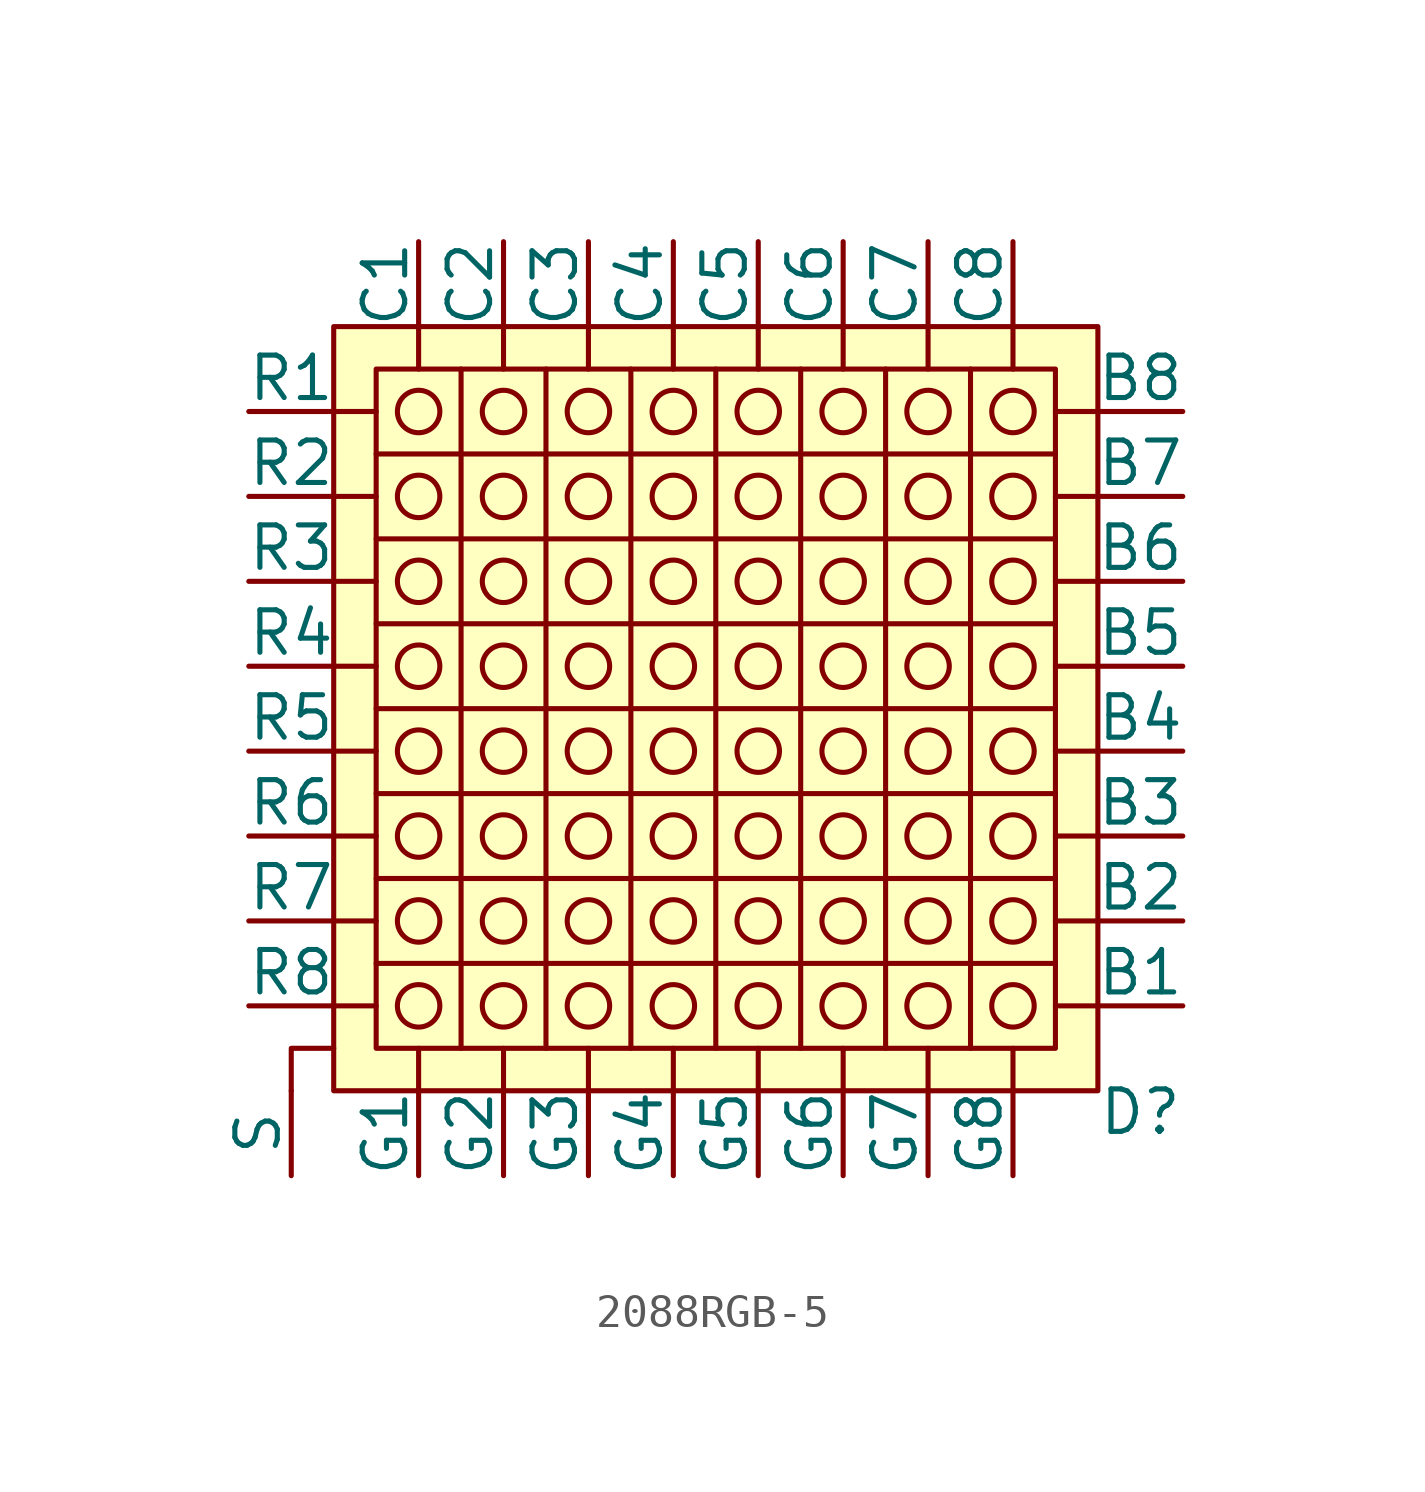
<source format=kicad_sym>
(kicad_symbol_lib
  (version 20220914)
  (generator kicad_symbol_editor)
  (symbol "2088RGB-5"
    (pin_numbers hide)
    (pin_names
      (offset 0))
    (property "Reference" "D"
      (at 12.7 -12.065 0)
      (effects (font (size 1.27 1.27))))
    (symbol "2088RGB-5_0_0"
      (pin input line (at 13.97 -8.89 180) (length 2.54) (name "B1" (effects (font (size 1.27 1.27)))) (number "1" (effects (font (size 1.27 1.27)))))
      (pin input line (at -13.97 6.35 0) (length 2.54) (name "R2" (effects (font (size 1.27 1.27)))) (number "10" (effects (font (size 1.27 1.27)))))
      (pin input line (at -13.97 3.81 0) (length 2.54) (name "R3" (effects (font (size 1.27 1.27)))) (number "11" (effects (font (size 1.27 1.27)))))
      (pin input line (at -13.97 1.27 0) (length 2.54) (name "R4" (effects (font (size 1.27 1.27)))) (number "12" (effects (font (size 1.27 1.27)))))
      (pin input line (at -13.97 -1.27 0) (length 2.54) (name "R5" (effects (font (size 1.27 1.27)))) (number "13" (effects (font (size 1.27 1.27)))))
      (pin input line (at -13.97 -3.81 0) (length 2.54) (name "R6" (effects (font (size 1.27 1.27)))) (number "14" (effects (font (size 1.27 1.27)))))
      (pin input line (at -13.97 -6.35 0) (length 2.54) (name "R7" (effects (font (size 1.27 1.27)))) (number "15" (effects (font (size 1.27 1.27)))))
      (pin input line (at -13.97 -8.89 0) (length 2.54) (name "R8" (effects (font (size 1.27 1.27)))) (number "16" (effects (font (size 1.27 1.27)))))
      (pin input line (at -8.89 13.97 270) (length 2.54) (name "C1" (effects (font (size 1.27 1.27)))) (number "17" (effects (font (size 1.27 1.27)))))
      (pin input line (at -6.35 13.97 270) (length 2.54) (name "C2" (effects (font (size 1.27 1.27)))) (number "18" (effects (font (size 1.27 1.27)))))
      (pin input line (at -3.81 13.97 270) (length 2.54) (name "C3" (effects (font (size 1.27 1.27)))) (number "19" (effects (font (size 1.27 1.27)))))
      (pin input line (at 13.97 -6.35 180) (length 2.54) (name "B2" (effects (font (size 1.27 1.27)))) (number "2" (effects (font (size 1.27 1.27)))))
      (pin input line (at -1.27 13.97 270) (length 2.54) (name "C4" (effects (font (size 1.27 1.27)))) (number "20" (effects (font (size 1.27 1.27)))))
      (pin input line (at 8.89 -13.97 90) (length 2.54) (name "G8" (effects (font (size 1.27 1.27)))) (number "21" (effects (font (size 1.27 1.27)))))
      (pin input line (at 6.35 -13.97 90) (length 2.54) (name "G7" (effects (font (size 1.27 1.27)))) (number "22" (effects (font (size 1.27 1.27)))))
      (pin input line (at 3.81 -13.97 90) (length 2.54) (name "G6" (effects (font (size 1.27 1.27)))) (number "23" (effects (font (size 1.27 1.27)))))
      (pin input line (at 1.27 -13.97 90) (length 2.54) (name "G5" (effects (font (size 1.27 1.27)))) (number "24" (effects (font (size 1.27 1.27)))))
      (pin input line (at -1.27 -13.97 90) (length 2.54) (name "G4" (effects (font (size 1.27 1.27)))) (number "25" (effects (font (size 1.27 1.27)))))
      (pin input line (at -3.81 -13.97 90) (length 2.54) (name "G3" (effects (font (size 1.27 1.27)))) (number "26" (effects (font (size 1.27 1.27)))))
      (pin input line (at -6.35 -13.97 90) (length 2.54) (name "G2" (effects (font (size 1.27 1.27)))) (number "27" (effects (font (size 1.27 1.27)))))
      (pin input line (at -8.89 -13.97 90) (length 2.54) (name "G1" (effects (font (size 1.27 1.27)))) (number "28" (effects (font (size 1.27 1.27)))))
      (pin input line (at 1.27 13.97 270) (length 2.54) (name "C5" (effects (font (size 1.27 1.27)))) (number "29" (effects (font (size 1.27 1.27)))))
      (pin input line (at 13.97 -3.81 180) (length 2.54) (name "B3" (effects (font (size 1.27 1.27)))) (number "3" (effects (font (size 1.27 1.27)))))
      (pin input line (at 3.81 13.97 270) (length 2.54) (name "C6" (effects (font (size 1.27 1.27)))) (number "30" (effects (font (size 1.27 1.27)))))
      (pin input line (at 6.35 13.97 270) (length 2.54) (name "C7" (effects (font (size 1.27 1.27)))) (number "31" (effects (font (size 1.27 1.27)))))
      (pin input line (at 8.89 13.97 270) (length 2.54) (name "C8" (effects (font (size 1.27 1.27)))) (number "32" (effects (font (size 1.27 1.27)))))
      (pin input line (at 13.97 -1.27 180) (length 2.54) (name "B4" (effects (font (size 1.27 1.27)))) (number "4" (effects (font (size 1.27 1.27)))))
      (pin input line (at 13.97 1.27 180) (length 2.54) (name "B5" (effects (font (size 1.27 1.27)))) (number "5" (effects (font (size 1.27 1.27)))))
      (pin input line (at 13.97 3.81 180) (length 2.54) (name "B6" (effects (font (size 1.27 1.27)))) (number "6" (effects (font (size 1.27 1.27)))))
      (pin input line (at 13.97 6.35 180) (length 2.54) (name "B7" (effects (font (size 1.27 1.27)))) (number "7" (effects (font (size 1.27 1.27)))))
      (pin input line (at 13.97 8.89 180) (length 2.54) (name "B8" (effects (font (size 1.27 1.27)))) (number "8" (effects (font (size 1.27 1.27)))))
      (pin input line (at -13.97 8.89 0) (length 2.54) (name "R1" (effects (font (size 1.27 1.27)))) (number "9" (effects (font (size 1.27 1.27)))))
      (pin unspecified line (at -12.7 -13.97 90) (length 2.54) (name "S" (effects (font (size 1.27 1.27)))) (number "S" (effects (font (size 1.27 1.27))))))
    (symbol "2088RGB-5_0_1"
      (polyline (pts (xy -12.7 -11.43) (xy -12.7 -10.16) (xy -11.43 -10.16)) (stroke (width 0) (type default)) (fill (type none))))
    (symbol "2088RGB-5_1_1"
      (rectangle (start -11.43 -11.43) (end 11.43 11.43) (stroke (width 0) (type default)) (fill (type background)))
      (circle (center -8.89 -8.89) (radius 0.635) (stroke (width 0) (type default)) (fill (type none)))
      (circle (center -8.89 -6.35) (radius 0.635) (stroke (width 0) (type default)) (fill (type none)))
      (circle (center -8.89 -3.81) (radius 0.635) (stroke (width 0) (type default)) (fill (type none)))
      (circle (center -8.89 -1.27) (radius 0.635) (stroke (width 0) (type default)) (fill (type none)))
      (circle (center -8.89 1.27) (radius 0.635) (stroke (width 0) (type default)) (fill (type none)))
      (circle (center -8.89 3.81) (radius 0.635) (stroke (width 0) (type default)) (fill (type none)))
      (circle (center -8.89 6.35) (radius 0.635) (stroke (width 0) (type default)) (fill (type none)))
      (circle (center -8.89 8.89) (radius 0.635) (stroke (width 0) (type default)) (fill (type none)))
      (circle (center -6.35 -8.89) (radius 0.635) (stroke (width 0) (type default)) (fill (type none)))
      (circle (center -6.35 -6.35) (radius 0.635) (stroke (width 0) (type default)) (fill (type none)))
      (circle (center -6.35 -3.81) (radius 0.635) (stroke (width 0) (type default)) (fill (type none)))
      (circle (center -6.35 -1.27) (radius 0.635) (stroke (width 0) (type default)) (fill (type none)))
      (circle (center -6.35 1.27) (radius 0.635) (stroke (width 0) (type default)) (fill (type none)))
      (circle (center -6.35 3.81) (radius 0.635) (stroke (width 0) (type default)) (fill (type none)))
      (circle (center -6.35 6.35) (radius 0.635) (stroke (width 0) (type default)) (fill (type none)))
      (circle (center -6.35 8.89) (radius 0.635) (stroke (width 0) (type default)) (fill (type none)))
      (circle (center -3.81 -8.89) (radius 0.635) (stroke (width 0) (type default)) (fill (type none)))
      (circle (center -3.81 -6.35) (radius 0.635) (stroke (width 0) (type default)) (fill (type none)))
      (circle (center -3.81 -3.81) (radius 0.635) (stroke (width 0) (type default)) (fill (type none)))
      (circle (center -3.81 -1.27) (radius 0.635) (stroke (width 0) (type default)) (fill (type none)))
      (circle (center -3.81 1.27) (radius 0.635) (stroke (width 0) (type default)) (fill (type none)))
      (circle (center -3.81 3.81) (radius 0.635) (stroke (width 0) (type default)) (fill (type none)))
      (circle (center -3.81 6.35) (radius 0.635) (stroke (width 0) (type default)) (fill (type none)))
      (circle (center -3.81 8.89) (radius 0.635) (stroke (width 0) (type default)) (fill (type none)))
      (circle (center -1.27 -8.89) (radius 0.635) (stroke (width 0) (type default)) (fill (type none)))
      (circle (center -1.27 -6.35) (radius 0.635) (stroke (width 0) (type default)) (fill (type none)))
      (circle (center -1.27 -3.81) (radius 0.635) (stroke (width 0) (type default)) (fill (type none)))
      (circle (center -1.27 -1.27) (radius 0.635) (stroke (width 0) (type default)) (fill (type none)))
      (circle (center -1.27 1.27) (radius 0.635) (stroke (width 0) (type default)) (fill (type none)))
      (circle (center -1.27 3.81) (radius 0.635) (stroke (width 0) (type default)) (fill (type none)))
      (circle (center -1.27 6.35) (radius 0.635) (stroke (width 0) (type default)) (fill (type none)))
      (circle (center -1.27 8.89) (radius 0.635) (stroke (width 0) (type default)) (fill (type none)))
      (polyline (pts (xy -11.43 -3.81) (xy -10.16 -3.81)) (stroke (width 0) (type default)) (fill (type none)))
      (polyline (pts (xy -11.43 -1.27) (xy -10.16 -1.27)) (stroke (width 0) (type default)) (fill (type none)))
      (polyline (pts (xy -11.43 1.27) (xy -10.16 1.27)) (stroke (width 0) (type default)) (fill (type none)))
      (polyline (pts (xy -11.43 3.81) (xy -10.16 3.81)) (stroke (width 0) (type default)) (fill (type none)))
      (polyline (pts (xy -11.43 6.35) (xy -10.16 6.35)) (stroke (width 0) (type default)) (fill (type none)))
      (polyline (pts (xy -10.16 -8.89) (xy -11.43 -8.89)) (stroke (width 0) (type default)) (fill (type none)))
      (polyline (pts (xy -10.16 -6.35) (xy -11.43 -6.35)) (stroke (width 0) (type default)) (fill (type none)))
      (polyline (pts (xy -10.16 -5.08) (xy 10.16 -5.08)) (stroke (width 0) (type default)) (fill (type none)))
      (polyline (pts (xy -10.16 0) (xy 10.16 0)) (stroke (width 0) (type default)) (fill (type none)))
      (polyline (pts (xy -10.16 5.08) (xy 10.16 5.08)) (stroke (width 0) (type default)) (fill (type none)))
      (polyline (pts (xy -10.16 8.89) (xy -11.43 8.89)) (stroke (width 0) (type default)) (fill (type none)))
      (polyline (pts (xy -8.89 -11.43) (xy -8.89 -10.16)) (stroke (width 0) (type default)) (fill (type none)))
      (polyline (pts (xy -8.89 10.16) (xy -8.89 11.43)) (stroke (width 0) (type default)) (fill (type none)))
      (polyline (pts (xy -7.62 -10.16) (xy -7.62 10.16)) (stroke (width 0) (type default)) (fill (type none)))
      (polyline (pts (xy -6.35 -11.43) (xy -6.35 -10.16)) (stroke (width 0) (type default)) (fill (type none)))
      (polyline (pts (xy -6.35 11.43) (xy -6.35 10.16)) (stroke (width 0) (type default)) (fill (type none)))
      (polyline (pts (xy -5.08 10.16) (xy -5.08 -10.16)) (stroke (width 0) (type default)) (fill (type none)))
      (polyline (pts (xy -3.81 -11.43) (xy -3.81 -10.16)) (stroke (width 0) (type default)) (fill (type none)))
      (polyline (pts (xy -3.81 11.43) (xy -3.81 10.16)) (stroke (width 0) (type default)) (fill (type none)))
      (polyline (pts (xy -2.54 -10.16) (xy -2.54 10.16)) (stroke (width 0) (type default)) (fill (type none)))
      (polyline (pts (xy -1.27 -11.43) (xy -1.27 -10.16)) (stroke (width 0) (type default)) (fill (type none)))
      (polyline (pts (xy -1.27 11.43) (xy -1.27 10.16)) (stroke (width 0) (type default)) (fill (type none)))
      (polyline (pts (xy 0 10.16) (xy 0 -10.16)) (stroke (width 0) (type default)) (fill (type none)))
      (polyline (pts (xy 1.27 -11.43) (xy 1.27 -10.16)) (stroke (width 0) (type default)) (fill (type none)))
      (polyline (pts (xy 1.27 11.43) (xy 1.27 10.16)) (stroke (width 0) (type default)) (fill (type none)))
      (polyline (pts (xy 2.54 -10.16) (xy 2.54 10.16)) (stroke (width 0) (type default)) (fill (type none)))
      (polyline (pts (xy 3.81 -11.43) (xy 3.81 -10.16)) (stroke (width 0) (type default)) (fill (type none)))
      (polyline (pts (xy 3.81 11.43) (xy 3.81 10.16)) (stroke (width 0) (type default)) (fill (type none)))
      (polyline (pts (xy 5.08 10.16) (xy 5.08 -10.16)) (stroke (width 0) (type default)) (fill (type none)))
      (polyline (pts (xy 6.35 -11.43) (xy 6.35 -10.16)) (stroke (width 0) (type default)) (fill (type none)))
      (polyline (pts (xy 6.35 11.43) (xy 6.35 10.16)) (stroke (width 0) (type default)) (fill (type none)))
      (polyline (pts (xy 7.62 -10.16) (xy 7.62 10.16)) (stroke (width 0) (type default)) (fill (type none)))
      (polyline (pts (xy 8.89 -11.43) (xy 8.89 -10.16)) (stroke (width 0) (type default)) (fill (type none)))
      (polyline (pts (xy 8.89 11.43) (xy 8.89 10.16)) (stroke (width 0) (type default)) (fill (type none)))
      (polyline (pts (xy 10.16 -7.62) (xy -10.16 -7.62)) (stroke (width 0) (type default)) (fill (type none)))
      (polyline (pts (xy 10.16 -2.54) (xy -10.16 -2.54)) (stroke (width 0) (type default)) (fill (type none)))
      (polyline (pts (xy 10.16 2.54) (xy -10.16 2.54)) (stroke (width 0) (type default)) (fill (type none)))
      (polyline (pts (xy 10.16 7.62) (xy -10.16 7.62)) (stroke (width 0) (type default)) (fill (type none)))
      (polyline (pts (xy 11.43 -8.89) (xy 10.16 -8.89)) (stroke (width 0) (type default)) (fill (type none)))
      (polyline (pts (xy 11.43 -6.35) (xy 10.16 -6.35)) (stroke (width 0) (type default)) (fill (type none)))
      (polyline (pts (xy 11.43 -3.81) (xy 10.16 -3.81)) (stroke (width 0) (type default)) (fill (type none)))
      (polyline (pts (xy 11.43 -1.27) (xy 10.16 -1.27)) (stroke (width 0) (type default)) (fill (type none)))
      (polyline (pts (xy 11.43 1.27) (xy 10.16 1.27)) (stroke (width 0) (type default)) (fill (type none)))
      (polyline (pts (xy 11.43 3.81) (xy 10.16 3.81)) (stroke (width 0) (type default)) (fill (type none)))
      (polyline (pts (xy 11.43 6.35) (xy 10.16 6.35)) (stroke (width 0) (type default)) (fill (type none)))
      (polyline (pts (xy 11.43 8.89) (xy 10.16 8.89)) (stroke (width 0) (type default)) (fill (type none)))
      (polyline (pts (xy 10.16 -10.16) (xy -10.16 -10.16) (xy -10.16 10.16) (xy 10.16 10.16) (xy 10.16 -10.16)) (stroke (width 0) (type default)) (fill (type none)))
      (circle (center 1.27 -8.89) (radius 0.635) (stroke (width 0) (type default)) (fill (type none)))
      (circle (center 1.27 -6.35) (radius 0.635) (stroke (width 0) (type default)) (fill (type none)))
      (circle (center 1.27 -3.81) (radius 0.635) (stroke (width 0) (type default)) (fill (type none)))
      (circle (center 1.27 -1.27) (radius 0.635) (stroke (width 0) (type default)) (fill (type none)))
      (circle (center 1.27 1.27) (radius 0.635) (stroke (width 0) (type default)) (fill (type none)))
      (circle (center 1.27 3.81) (radius 0.635) (stroke (width 0) (type default)) (fill (type none)))
      (circle (center 1.27 6.35) (radius 0.635) (stroke (width 0) (type default)) (fill (type none)))
      (circle (center 1.27 8.89) (radius 0.635) (stroke (width 0) (type default)) (fill (type none)))
      (circle (center 3.81 -8.89) (radius 0.635) (stroke (width 0) (type default)) (fill (type none)))
      (circle (center 3.81 -6.35) (radius 0.635) (stroke (width 0) (type default)) (fill (type none)))
      (circle (center 3.81 -3.81) (radius 0.635) (stroke (width 0) (type default)) (fill (type none)))
      (circle (center 3.81 -1.27) (radius 0.635) (stroke (width 0) (type default)) (fill (type none)))
      (circle (center 3.81 1.27) (radius 0.635) (stroke (width 0) (type default)) (fill (type none)))
      (circle (center 3.81 3.81) (radius 0.635) (stroke (width 0) (type default)) (fill (type none)))
      (circle (center 3.81 6.35) (radius 0.635) (stroke (width 0) (type default)) (fill (type none)))
      (circle (center 3.81 8.89) (radius 0.635) (stroke (width 0) (type default)) (fill (type none)))
      (circle (center 6.35 -8.89) (radius 0.635) (stroke (width 0) (type default)) (fill (type none)))
      (circle (center 6.35 -6.35) (radius 0.635) (stroke (width 0) (type default)) (fill (type none)))
      (circle (center 6.35 -3.81) (radius 0.635) (stroke (width 0) (type default)) (fill (type none)))
      (circle (center 6.35 -1.27) (radius 0.635) (stroke (width 0) (type default)) (fill (type none)))
      (circle (center 6.35 1.27) (radius 0.635) (stroke (width 0) (type default)) (fill (type none)))
      (circle (center 6.35 3.81) (radius 0.635) (stroke (width 0) (type default)) (fill (type none)))
      (circle (center 6.35 6.35) (radius 0.635) (stroke (width 0) (type default)) (fill (type none)))
      (circle (center 6.35 8.89) (radius 0.635) (stroke (width 0) (type default)) (fill (type none)))
      (circle (center 8.89 -8.89) (radius 0.635) (stroke (width 0) (type default)) (fill (type none)))
      (circle (center 8.89 -6.35) (radius 0.635) (stroke (width 0) (type default)) (fill (type none)))
      (circle (center 8.89 -3.81) (radius 0.635) (stroke (width 0) (type default)) (fill (type none)))
      (circle (center 8.89 -1.27) (radius 0.635) (stroke (width 0) (type default)) (fill (type none)))
      (circle (center 8.89 1.27) (radius 0.635) (stroke (width 0) (type default)) (fill (type none)))
      (circle (center 8.89 3.81) (radius 0.635) (stroke (width 0) (type default)) (fill (type none)))
      (circle (center 8.89 6.35) (radius 0.635) (stroke (width 0) (type default)) (fill (type none)))
      (circle (center 8.89 8.89) (radius 0.635) (stroke (width 0) (type default)) (fill (type none))))))
</source>
